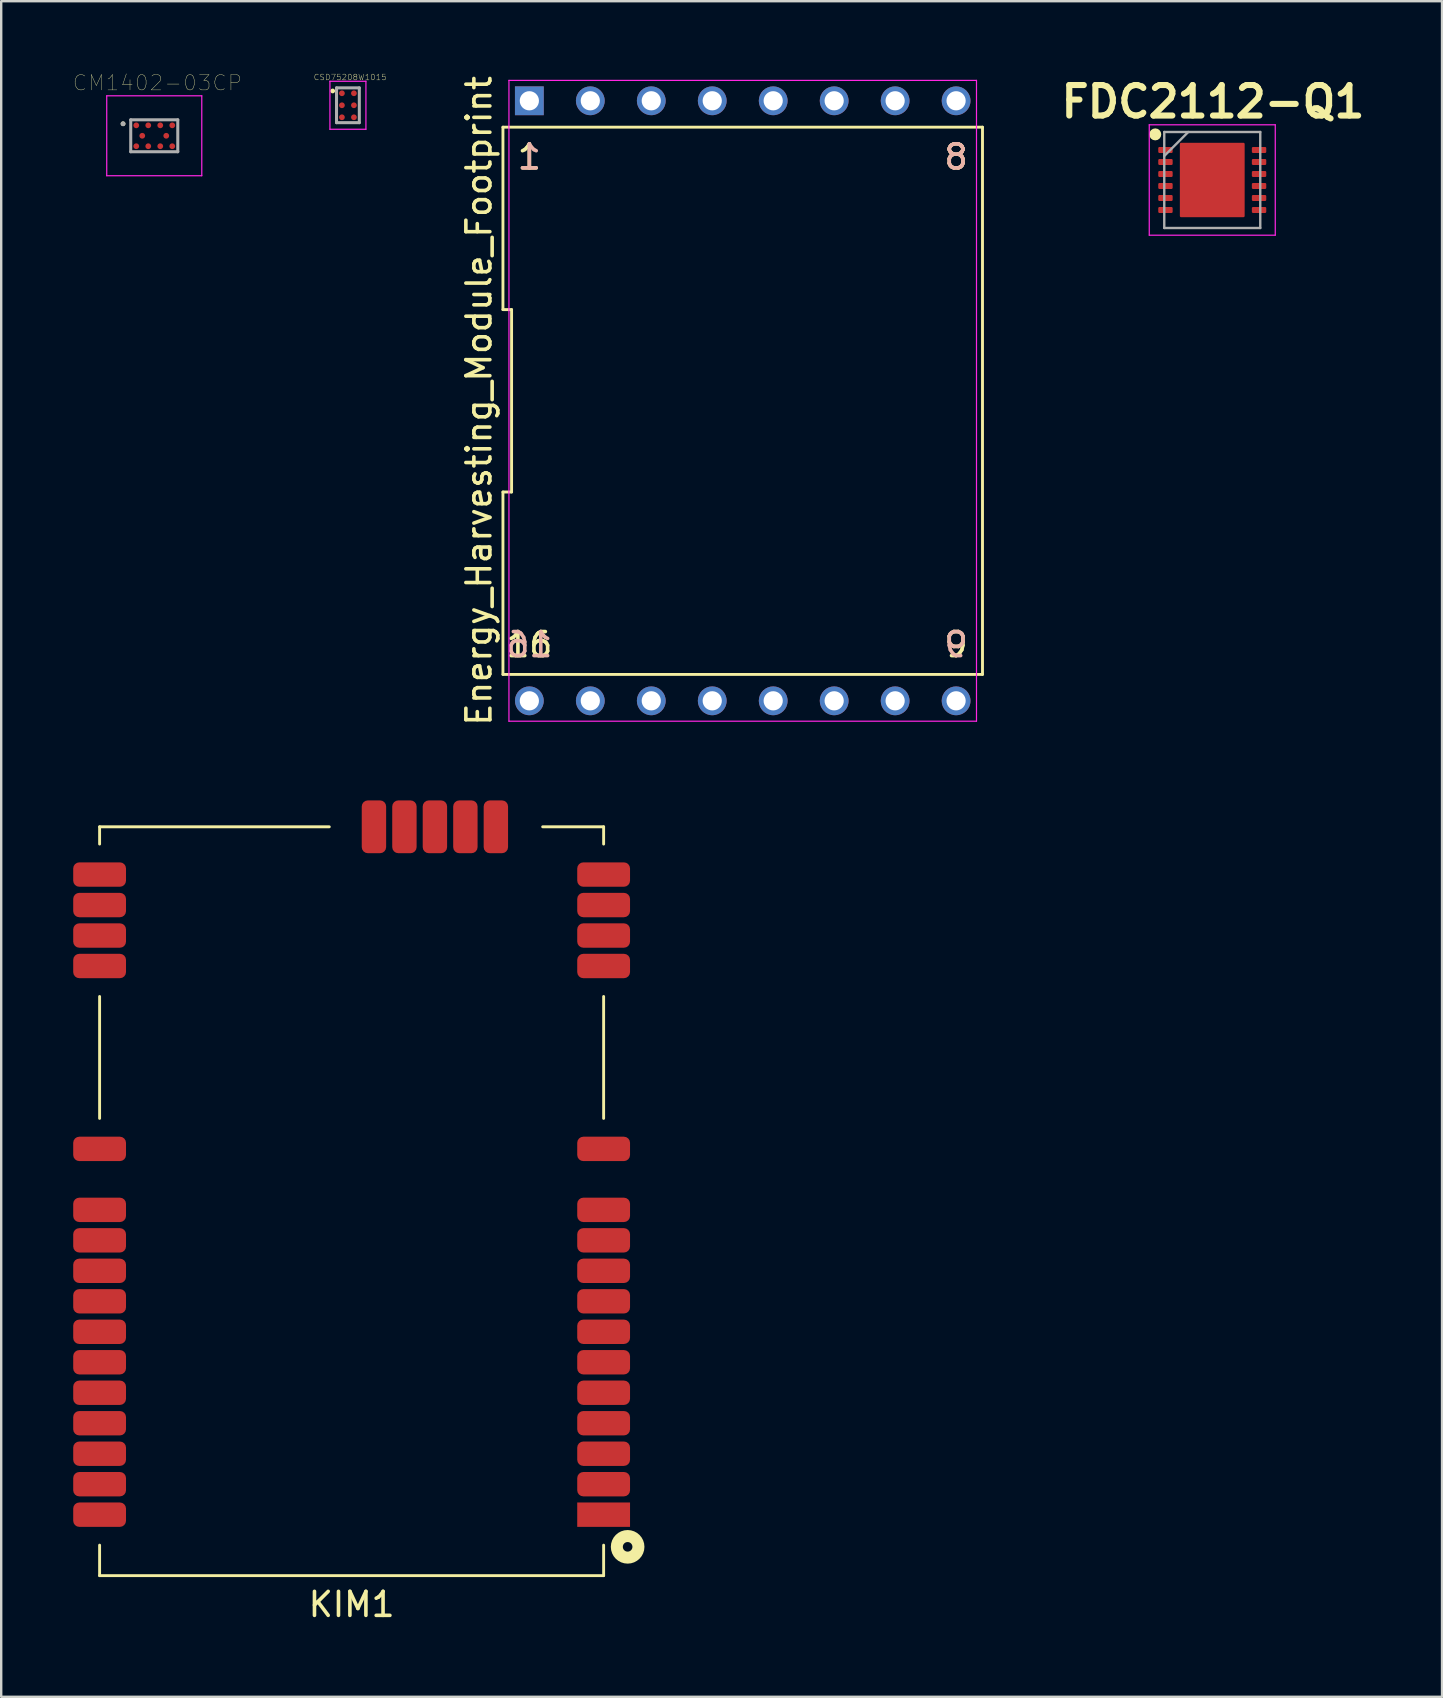
<source format=kicad_pcb>
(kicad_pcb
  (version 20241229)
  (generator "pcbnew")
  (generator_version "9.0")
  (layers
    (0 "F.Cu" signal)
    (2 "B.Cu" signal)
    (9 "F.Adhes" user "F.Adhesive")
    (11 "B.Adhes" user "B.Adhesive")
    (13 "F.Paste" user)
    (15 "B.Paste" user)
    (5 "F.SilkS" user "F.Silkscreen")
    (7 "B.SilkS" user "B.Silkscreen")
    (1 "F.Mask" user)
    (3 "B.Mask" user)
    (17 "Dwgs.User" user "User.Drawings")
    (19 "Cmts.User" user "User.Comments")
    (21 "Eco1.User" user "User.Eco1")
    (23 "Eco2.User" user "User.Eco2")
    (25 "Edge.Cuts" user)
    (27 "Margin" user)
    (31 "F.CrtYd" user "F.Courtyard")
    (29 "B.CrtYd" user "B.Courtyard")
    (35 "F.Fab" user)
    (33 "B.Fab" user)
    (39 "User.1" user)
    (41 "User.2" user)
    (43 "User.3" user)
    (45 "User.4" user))
  (footprint "Energy_Harvesting_Module_Footprint"
    (layer "F.Cu")
    (at 27.895 13.649)
    (property "Reference" "Energy_Harvesting_Module_Footprint" (at -10.99 0 90) (layer "F.SilkS") (effects (font (size 1 1) (thickness 0.15))))
    (attr through_hole)
    (fp_line (start -9.99 -11.4) (end -9.99 -3.8) (stroke (width 0.12) (type solid)) (layer "F.SilkS"))
    (fp_line (start -9.99 -3.8) (end -9.63 -3.8) (stroke (width 0.12) (type solid)) (layer "F.SilkS"))
    (fp_line (start -9.99 3.8) (end -9.99 11.4) (stroke (width 0.12) (type solid)) (layer "F.SilkS"))
    (fp_line (start -9.99 11.4) (end 9.99 11.4) (stroke (width 0.12) (type solid)) (layer "F.SilkS"))
    (fp_line (start -9.63 -3.8) (end -9.63 3.8) (stroke (width 0.12) (type solid)) (layer "F.SilkS"))
    (fp_line (start -9.63 3.8) (end -9.99 3.8) (stroke (width 0.12) (type solid)) (layer "F.SilkS"))
    (fp_line (start 9.99 -11.4) (end -9.99 -11.4) (stroke (width 0.12) (type solid)) (layer "F.SilkS"))
    (fp_line (start 9.99 11.4) (end 9.99 -11.4) (stroke (width 0.12) (type solid)) (layer "F.SilkS"))
    (fp_line (start -9.74 -13.35) (end 9.74 -13.35) (stroke (width 0.05) (type solid)) (layer "F.CrtYd"))
    (fp_line (start -9.74 13.35) (end -9.74 -13.35) (stroke (width 0.05) (type solid)) (layer "F.CrtYd"))
    (fp_line (start 9.74 -13.35) (end 9.74 13.35) (stroke (width 0.05) (type solid)) (layer "F.CrtYd"))
    (fp_line (start 9.74 13.35) (end -9.74 13.35) (stroke (width 0.05) (type solid)) (layer "F.CrtYd"))
    (fp_text user "9" (at 8.89 10.16 0) (layer "F.SilkS") (effects (font (size 1 1) (thickness 0.15))))
    (fp_text user "16" (at -8.89 10.16 0) (layer "F.SilkS") (effects (font (size 1 1) (thickness 0.15))))
    (fp_text user "1" (at -8.89 -10.16 0) (layer "F.SilkS") (effects (font (size 1 1) (thickness 0.15))))
    (fp_text user "8" (at 8.89 -10.16 0) (layer "F.SilkS") (effects (font (size 1 1) (thickness 0.15))))
    (fp_text user "9" (at 8.89 10.16 0) (layer "B.SilkS") (effects (font (size 1 1) (thickness 0.15)) (justify mirror)))
    (fp_text user "16" (at -8.89 10.16 0) (layer "B.SilkS") (effects (font (size 1 1) (thickness 0.15)) (justify mirror)))
    (fp_text user "1" (at -8.89 -10.16 0) (layer "B.SilkS") (effects (font (size 1 1) (thickness 0.15)) (justify mirror)))
    (fp_text user "8" (at 8.89 -10.16 0) (layer "B.SilkS") (effects (font (size 1 1) (thickness 0.15)) (justify mirror)))
    (pad "1" thru_hole rect (at -8.89 -12.5) (size 1.2 1.2) (drill 0.8) (layers "*.Cu" "*.Mask"))
    (pad "2" thru_hole circle (at -6.35 -12.5) (size 1.2 1.2) (drill 0.8) (layers "*.Cu" "*.Mask"))
    (pad "3" thru_hole circle (at -3.81 -12.5) (size 1.2 1.2) (drill 0.8) (layers "*.Cu" "*.Mask"))
    (pad "4" thru_hole circle (at -1.27 -12.5) (size 1.2 1.2) (drill 0.8) (layers "*.Cu" "*.Mask"))
    (pad "5" thru_hole circle (at 1.27 -12.5) (size 1.2 1.2) (drill 0.8) (layers "*.Cu" "*.Mask"))
    (pad "6" thru_hole circle (at 3.81 -12.5) (size 1.2 1.2) (drill 0.8) (layers "*.Cu" "*.Mask"))
    (pad "7" thru_hole circle (at 6.35 -12.5) (size 1.2 1.2) (drill 0.8) (layers "*.Cu" "*.Mask"))
    (pad "8" thru_hole circle (at 8.89 -12.5) (size 1.2 1.2) (drill 0.8) (layers "*.Cu" "*.Mask"))
    (pad "9" thru_hole circle (at 8.89 12.5) (size 1.2 1.2) (drill 0.8) (layers "*.Cu" "*.Mask"))
    (pad "10" thru_hole circle (at 6.35 12.5) (size 1.2 1.2) (drill 0.8) (layers "*.Cu" "*.Mask"))
    (pad "11" thru_hole circle (at 3.81 12.5) (size 1.2 1.2) (drill 0.8) (layers "*.Cu" "*.Mask"))
    (pad "12" thru_hole circle (at 1.27 12.5) (size 1.2 1.2) (drill 0.8) (layers "*.Cu" "*.Mask"))
    (pad "13" thru_hole circle (at -1.27 12.5) (size 1.2 1.2) (drill 0.8) (layers "*.Cu" "*.Mask"))
    (pad "14" thru_hole circle (at -3.81 12.5) (size 1.2 1.2) (drill 0.8) (layers "*.Cu" "*.Mask"))
    (pad "15" thru_hole circle (at -6.35 12.5) (size 1.2 1.2) (drill 0.8) (layers "*.Cu" "*.Mask"))
    (pad "16" thru_hole circle (at -8.89 12.5) (size 1.2 1.2) (drill 0.8) (layers "*.Cu" "*.Mask")))
  (footprint "FDC2112-Q1"
    (layer "F.Cu")
    (at 47.458 4.449)
    (property "Reference" "FDC2112-Q1" (at 0.03 -3.26 0) (layer "F.SilkS") (effects (font (size 1.27 1.27) (thickness 0.254))))
    (attr smd)
    (fp_circle (center -2.375 -1.9) (end -2.375 -1.775) (stroke (width 0.25) (type solid)) (fill no) (layer "F.SilkS"))
    (fp_line (start -2.625 -2.3) (end 2.625 -2.3) (stroke (width 0.05) (type solid)) (layer "F.CrtYd"))
    (fp_line (start -2.625 2.3) (end -2.625 -2.3) (stroke (width 0.05) (type solid)) (layer "F.CrtYd"))
    (fp_line (start 2.625 -2.3) (end 2.625 2.3) (stroke (width 0.05) (type solid)) (layer "F.CrtYd"))
    (fp_line (start 2.625 2.3) (end -2.625 2.3) (stroke (width 0.05) (type solid)) (layer "F.CrtYd"))
    (fp_line (start -2 -2) (end 2 -2) (stroke (width 0.1) (type solid)) (layer "F.Fab"))
    (fp_line (start -2 -1) (end -1 -2) (stroke (width 0.1) (type solid)) (layer "F.Fab"))
    (fp_line (start -2 2) (end -2 -2) (stroke (width 0.1) (type solid)) (layer "F.Fab"))
    (fp_line (start 2 -2) (end 2 2) (stroke (width 0.1) (type solid)) (layer "F.Fab"))
    (fp_line (start 2 2) (end -2 2) (stroke (width 0.1) (type solid)) (layer "F.Fab"))
    (pad "1" smd roundrect (at -1.95 -1.25 90) (size 0.25 0.6) (layers "F.Cu" "F.Mask" "F.Paste") (roundrect_rratio 0.2))
    (pad "2" smd roundrect (at -1.95 -0.75 90) (size 0.25 0.6) (layers "F.Cu" "F.Mask" "F.Paste") (roundrect_rratio 0.2))
    (pad "3" smd roundrect (at -1.95 -0.25 90) (size 0.25 0.6) (layers "F.Cu" "F.Mask" "F.Paste") (roundrect_rratio 0.2))
    (pad "4" smd roundrect (at -1.95 0.25 90) (size 0.25 0.6) (layers "F.Cu" "F.Mask" "F.Paste") (roundrect_rratio 0.2))
    (pad "5" smd roundrect (at -1.95 0.75 90) (size 0.25 0.6) (layers "F.Cu" "F.Mask" "F.Paste") (roundrect_rratio 0.2))
    (pad "6" smd roundrect (at -1.95 1.25 90) (size 0.25 0.6) (layers "F.Cu" "F.Mask" "F.Paste") (roundrect_rratio 0.2))
    (pad "7" smd roundrect (at 1.95 1.25 90) (size 0.25 0.6) (layers "F.Cu" "F.Mask" "F.Paste") (roundrect_rratio 0.2))
    (pad "8" smd roundrect (at 1.95 0.75 90) (size 0.25 0.6) (layers "F.Cu" "F.Mask" "F.Paste") (roundrect_rratio 0.2))
    (pad "9" smd roundrect (at 1.95 0.25 90) (size 0.25 0.6) (layers "F.Cu" "F.Mask" "F.Paste") (roundrect_rratio 0.2))
    (pad "10" smd roundrect (at 1.95 -0.25 90) (size 0.25 0.6) (layers "F.Cu" "F.Mask" "F.Paste") (roundrect_rratio 0.2))
    (pad "11" smd roundrect (at 1.95 -0.75 90) (size 0.25 0.6) (layers "F.Cu" "F.Mask" "F.Paste") (roundrect_rratio 0.2))
    (pad "12" smd roundrect (at 1.95 -1.25 90) (size 0.25 0.6) (layers "F.Cu" "F.Mask" "F.Paste") (roundrect_rratio 0.2))
    (pad "13" smd roundrect (at 0 0) (size 2.7 3.1) (layers "F.Cu" "F.Mask" "F.Paste") (roundrect_rratio 0.019)))
  (footprint "CM1402-03CP"
    (layer "F.Cu")
    (at 3.377 2.607)
    (property "Reference" "CM1402-03CP" (at 0.132 -2.206 0) (layer "F.SilkS") (effects (font (size 0.64 0.64) (thickness 0.015))))
    (attr smd)
    (fp_circle (center -0.75 -0.435) (end -0.677 -0.435) (stroke (width 0.145) (type solid)) (fill no) (layer "F.Mask"))
    (fp_circle (center -0.75 0.435) (end -0.677 0.435) (stroke (width 0.145) (type solid)) (fill no) (layer "F.Mask"))
    (fp_circle (center -0.5 0) (end -0.427 0) (stroke (width 0.145) (type solid)) (fill no) (layer "F.Mask"))
    (fp_circle (center -0.25 -0.435) (end -0.177 -0.435) (stroke (width 0.145) (type solid)) (fill no) (layer "F.Mask"))
    (fp_circle (center -0.25 0.435) (end -0.177 0.435) (stroke (width 0.145) (type solid)) (fill no) (layer "F.Mask"))
    (fp_circle (center 0.25 -0.435) (end 0.323 -0.435) (stroke (width 0.145) (type solid)) (fill no) (layer "F.Mask"))
    (fp_circle (center 0.25 0.435) (end 0.323 0.435) (stroke (width 0.145) (type solid)) (fill no) (layer "F.Mask"))
    (fp_circle (center 0.5 0) (end 0.573 0) (stroke (width 0.145) (type solid)) (fill no) (layer "F.Mask"))
    (fp_circle (center 0.75 -0.435) (end 0.823 -0.435) (stroke (width 0.145) (type solid)) (fill no) (layer "F.Mask"))
    (fp_circle (center 0.75 0.435) (end 0.823 0.435) (stroke (width 0.145) (type solid)) (fill no) (layer "F.Mask"))
    (fp_circle (center -1.3 -0.5) (end -1.25 -0.5) (stroke (width 0.1) (type solid)) (fill no) (layer "F.SilkS"))
    (fp_circle (center -0.75 -0.435) (end -0.675 -0.435) (stroke (width 0.15) (type solid)) (fill no) (layer "F.Paste"))
    (fp_circle (center -0.75 0.435) (end -0.675 0.435) (stroke (width 0.15) (type solid)) (fill no) (layer "F.Paste"))
    (fp_circle (center -0.5 0) (end -0.425 0) (stroke (width 0.15) (type solid)) (fill no) (layer "F.Paste"))
    (fp_circle (center -0.25 -0.435) (end -0.175 -0.435) (stroke (width 0.15) (type solid)) (fill no) (layer "F.Paste"))
    (fp_circle (center -0.25 0.435) (end -0.175 0.435) (stroke (width 0.15) (type solid)) (fill no) (layer "F.Paste"))
    (fp_circle (center 0.25 -0.435) (end 0.325 -0.435) (stroke (width 0.15) (type solid)) (fill no) (layer "F.Paste"))
    (fp_circle (center 0.25 0.435) (end 0.325 0.435) (stroke (width 0.15) (type solid)) (fill no) (layer "F.Paste"))
    (fp_circle (center 0.5 0) (end 0.575 0) (stroke (width 0.15) (type solid)) (fill no) (layer "F.Paste"))
    (fp_circle (center 0.75 -0.435) (end 0.825 -0.435) (stroke (width 0.15) (type solid)) (fill no) (layer "F.Paste"))
    (fp_circle (center 0.75 0.435) (end 0.825 0.435) (stroke (width 0.15) (type solid)) (fill no) (layer "F.Paste"))
    (fp_line (start -1.98 -1.665) (end -1.98 1.665) (stroke (width 0.05) (type solid)) (layer "F.CrtYd"))
    (fp_line (start -1.98 1.665) (end 1.98 1.665) (stroke (width 0.05) (type solid)) (layer "F.CrtYd"))
    (fp_line (start 1.98 -1.665) (end -1.98 -1.665) (stroke (width 0.05) (type solid)) (layer "F.CrtYd"))
    (fp_line (start 1.98 1.665) (end 1.98 -1.665) (stroke (width 0.05) (type solid)) (layer "F.CrtYd"))
    (fp_line (start -0.98 -0.665) (end 0.98 -0.665) (stroke (width 0.127) (type solid)) (layer "F.Fab"))
    (fp_line (start -0.98 0.665) (end -0.98 -0.665) (stroke (width 0.127) (type solid)) (layer "F.Fab"))
    (fp_line (start 0.98 -0.665) (end 0.98 0.665) (stroke (width 0.127) (type solid)) (layer "F.Fab"))
    (fp_line (start 0.98 0.665) (end -0.98 0.665) (stroke (width 0.127) (type solid)) (layer "F.Fab"))
    (fp_circle (center -1.3 -0.5) (end -1.25 -0.5) (stroke (width 0.1) (type solid)) (fill no) (layer "F.Fab"))
    (pad "A1" smd circle (at -0.75 -0.435) (size 0.24 0.24) (layers "F.Cu"))
    (pad "A2" smd circle (at -0.25 -0.435) (size 0.24 0.24) (layers "F.Cu"))
    (pad "A3" smd circle (at 0.25 -0.435) (size 0.24 0.24) (layers "F.Cu"))
    (pad "A4" smd circle (at 0.75 -0.435) (size 0.24 0.24) (layers "F.Cu"))
    (pad "B1" smd circle (at -0.5 0) (size 0.24 0.24) (layers "F.Cu"))
    (pad "B2" smd circle (at 0.5 0) (size 0.24 0.24) (layers "F.Cu"))
    (pad "C1" smd circle (at -0.75 0.435) (size 0.24 0.24) (layers "F.Cu"))
    (pad "C2" smd circle (at -0.25 0.435) (size 0.24 0.24) (layers "F.Cu"))
    (pad "C3" smd circle (at 0.25 0.435) (size 0.24 0.24) (layers "F.Cu"))
    (pad "C4" smd circle (at 0.75 0.435) (size 0.24 0.24) (layers "F.Cu")))
  (footprint "CSD75208W1015"
    (layer "F.Cu")
    (at 11.446 1.336)
    (property "Reference" "CSD75208W1015" (at 0.091 -1.169 0) (layer "F.SilkS") (effects (font (size 0.24 0.24) (thickness 0.015))))
    (attr smd)
    (fp_circle (center -0.635 -0.596) (end -0.585 -0.596) (stroke (width 0.1) (type solid)) (fill no) (layer "F.SilkS"))
    (fp_line (start -0.75 -1) (end -0.75 1) (stroke (width 0.05) (type solid)) (layer "F.CrtYd"))
    (fp_line (start -0.75 1) (end 0.75 1) (stroke (width 0.05) (type solid)) (layer "F.CrtYd"))
    (fp_line (start 0.75 -1) (end -0.75 -1) (stroke (width 0.05) (type solid)) (layer "F.CrtYd"))
    (fp_line (start 0.75 1) (end 0.75 -1) (stroke (width 0.05) (type solid)) (layer "F.CrtYd"))
    (fp_line (start -0.475 -0.725) (end 0.475 -0.725) (stroke (width 0.127) (type solid)) (layer "F.Fab"))
    (fp_line (start -0.475 0.725) (end -0.475 -0.725) (stroke (width 0.127) (type solid)) (layer "F.Fab"))
    (fp_line (start 0.475 -0.725) (end 0.475 0.725) (stroke (width 0.127) (type solid)) (layer "F.Fab"))
    (fp_line (start 0.475 0.725) (end -0.475 0.725) (stroke (width 0.127) (type solid)) (layer "F.Fab"))
    (pad "" smd circle (at -0.25 -0.5) (size 0.29 0.29) (layers "F.Mask"))
    (pad "" smd circle (at -0.25 -0.5) (size 0.3 0.3) (layers "F.Paste"))
    (pad "" smd circle (at -0.25 0) (size 0.29 0.29) (layers "F.Mask"))
    (pad "" smd circle (at -0.25 0) (size 0.3 0.3) (layers "F.Paste"))
    (pad "" smd circle (at -0.25 0.5) (size 0.29 0.29) (layers "F.Mask"))
    (pad "" smd circle (at -0.25 0.5) (size 0.3 0.3) (layers "F.Paste"))
    (pad "" smd circle (at 0.25 -0.5) (size 0.29 0.29) (layers "F.Mask"))
    (pad "" smd circle (at 0.25 -0.5) (size 0.3 0.3) (layers "F.Paste"))
    (pad "" smd circle (at 0.25 0) (size 0.29 0.29) (layers "F.Mask"))
    (pad "" smd circle (at 0.25 0) (size 0.3 0.3) (layers "F.Paste"))
    (pad "" smd circle (at 0.25 0.5) (size 0.29 0.29) (layers "F.Mask"))
    (pad "" smd circle (at 0.25 0.5) (size 0.3 0.3) (layers "F.Paste"))
    (pad "A1" smd circle (at -0.25 -0.5) (size 0.24 0.24) (layers "F.Cu"))
    (pad "A2" smd circle (at 0.25 -0.5) (size 0.24 0.24) (layers "F.Cu"))
    (pad "B1" smd circle (at -0.25 0) (size 0.24 0.24) (layers "F.Cu"))
    (pad "B2" smd circle (at 0.25 0) (size 0.24 0.24) (layers "F.Cu"))
    (pad "C1" smd circle (at -0.25 0.5) (size 0.24 0.24) (layers "F.Cu"))
    (pad "C2" smd circle (at 0.25 0.5) (size 0.24 0.24) (layers "F.Cu")))
  (footprint "KIM1"
    (layer "F.Cu")
    (at 11.6 46.998)
    (property "Reference" "KIM1" (at 0 16.8 0) (layer "F.SilkS") (effects (font (size 1 1) (thickness 0.15))))
    (attr smd)
    (fp_line (start -10.5 -15.6) (end -10.5 -14.88) (stroke (width 0.12) (type solid)) (layer "F.SilkS"))
    (fp_line (start -10.5 -8.53) (end -10.5 -3.45) (stroke (width 0.12) (type solid)) (layer "F.SilkS"))
    (fp_line (start -10.5 15.6) (end -10.5 14.33) (stroke (width 0.12) (type solid)) (layer "F.SilkS"))
    (fp_line (start -0.93 -15.6) (end -10.5 -15.6) (stroke (width 0.12) (type solid)) (layer "F.SilkS"))
    (fp_line (start 10.5 -15.6) (end 7.96 -15.6) (stroke (width 0.12) (type solid)) (layer "F.SilkS"))
    (fp_line (start 10.5 -14.88) (end 10.5 -15.6) (stroke (width 0.12) (type solid)) (layer "F.SilkS"))
    (fp_line (start 10.5 -8.53) (end 10.5 -3.45) (stroke (width 0.12) (type solid)) (layer "F.SilkS"))
    (fp_line (start 10.5 15.6) (end -10.5 15.6) (stroke (width 0.12) (type solid)) (layer "F.SilkS"))
    (fp_line (start 10.5 15.6) (end 10.5 14.33) (stroke (width 0.12) (type solid)) (layer "F.SilkS"))
    (fp_circle (center 11.5 14.4) (end 11.7 14.4) (stroke (width 0.5) (type solid)) (fill no) (layer "F.SilkS"))
    (pad "1" smd rect (at 10.5 13.06) (size 2.2 1.016) (layers "F.Cu" "F.Mask" "F.Paste"))
    (pad "2" smd roundrect (at 10.5 11.79) (size 2.2 1.016) (layers "F.Cu" "F.Mask" "F.Paste") (roundrect_rratio 0.25))
    (pad "3" smd roundrect (at 10.5 10.52) (size 2.2 1.016) (layers "F.Cu" "F.Mask" "F.Paste") (roundrect_rratio 0.25))
    (pad "4" smd roundrect (at 10.5 9.25) (size 2.2 1.016) (layers "F.Cu" "F.Mask" "F.Paste") (roundrect_rratio 0.25))
    (pad "5" smd roundrect (at 10.5 7.98) (size 2.2 1.016) (layers "F.Cu" "F.Mask" "F.Paste") (roundrect_rratio 0.25))
    (pad "6" smd roundrect (at 10.5 6.71) (size 2.2 1.016) (layers "F.Cu" "F.Mask" "F.Paste") (roundrect_rratio 0.25))
    (pad "7" smd roundrect (at 10.5 5.44) (size 2.2 1.016) (layers "F.Cu" "F.Mask" "F.Paste") (roundrect_rratio 0.25))
    (pad "8" smd roundrect (at 10.5 4.17) (size 2.2 1.016) (layers "F.Cu" "F.Mask" "F.Paste") (roundrect_rratio 0.25))
    (pad "9" smd roundrect (at 10.5 2.9) (size 2.2 1.016) (layers "F.Cu" "F.Mask" "F.Paste") (roundrect_rratio 0.25))
    (pad "10" smd roundrect (at 10.5 1.63) (size 2.2 1.016) (layers "F.Cu" "F.Mask" "F.Paste") (roundrect_rratio 0.25))
    (pad "11" smd roundrect (at 10.5 0.36) (size 2.2 1.016) (layers "F.Cu" "F.Mask" "F.Paste") (roundrect_rratio 0.25))
    (pad "12" smd roundrect (at 10.5 -2.18) (size 2.2 1.016) (layers "F.Cu" "F.Mask" "F.Paste") (roundrect_rratio 0.25))
    (pad "13" smd roundrect (at 10.5 -9.8) (size 2.2 1.016) (layers "F.Cu" "F.Mask" "F.Paste") (roundrect_rratio 0.25))
    (pad "14" smd roundrect (at 10.5 -11.07) (size 2.2 1.016) (layers "F.Cu" "F.Mask" "F.Paste") (roundrect_rratio 0.25))
    (pad "15" smd roundrect (at 10.5 -12.34) (size 2.2 1.016) (layers "F.Cu" "F.Mask" "F.Paste") (roundrect_rratio 0.25))
    (pad "16" smd roundrect (at 10.5 -13.61) (size 2.2 1.016) (layers "F.Cu" "F.Mask" "F.Paste") (roundrect_rratio 0.25))
    (pad "17" smd roundrect (at 6.01 -15.6) (size 1.016 2.2) (layers "F.Cu" "F.Mask" "F.Paste") (roundrect_rratio 0.25))
    (pad "18" smd roundrect (at 4.74 -15.6) (size 1.016 2.2) (layers "F.Cu" "F.Mask" "F.Paste") (roundrect_rratio 0.25))
    (pad "19" smd roundrect (at 3.47 -15.6) (size 1.016 2.2) (layers "F.Cu" "F.Mask" "F.Paste") (roundrect_rratio 0.25))
    (pad "20" smd roundrect (at 2.2 -15.6) (size 1.016 2.2) (layers "F.Cu" "F.Mask" "F.Paste") (roundrect_rratio 0.25))
    (pad "21" smd roundrect (at 0.93 -15.6) (size 1.016 2.2) (layers "F.Cu" "F.Mask" "F.Paste") (roundrect_rratio 0.25))
    (pad "22" smd roundrect (at -10.5 -13.61) (size 2.2 1.016) (layers "F.Cu" "F.Mask" "F.Paste") (roundrect_rratio 0.25))
    (pad "23" smd roundrect (at -10.5 -12.34) (size 2.2 1.016) (layers "F.Cu" "F.Mask" "F.Paste") (roundrect_rratio 0.25))
    (pad "24" smd roundrect (at -10.5 -11.07) (size 2.2 1.016) (layers "F.Cu" "F.Mask" "F.Paste") (roundrect_rratio 0.25))
    (pad "25" smd roundrect (at -10.5 -9.8) (size 2.2 1.016) (layers "F.Cu" "F.Mask" "F.Paste") (roundrect_rratio 0.25))
    (pad "26" smd roundrect (at -10.5 -2.18) (size 2.2 1.016) (layers "F.Cu" "F.Mask" "F.Paste") (roundrect_rratio 0.25))
    (pad "27" smd roundrect (at -10.5 0.36) (size 2.2 1.016) (layers "F.Cu" "F.Mask" "F.Paste") (roundrect_rratio 0.25))
    (pad "28" smd roundrect (at -10.5 1.63) (size 2.2 1.016) (layers "F.Cu" "F.Mask" "F.Paste") (roundrect_rratio 0.25))
    (pad "29" smd roundrect (at -10.5 2.9) (size 2.2 1.016) (layers "F.Cu" "F.Mask" "F.Paste") (roundrect_rratio 0.25))
    (pad "30" smd roundrect (at -10.5 4.17) (size 2.2 1.016) (layers "F.Cu" "F.Mask" "F.Paste") (roundrect_rratio 0.25))
    (pad "31" smd roundrect (at -10.5 5.44) (size 2.2 1.016) (layers "F.Cu" "F.Mask" "F.Paste") (roundrect_rratio 0.25))
    (pad "32" smd roundrect (at -10.5 6.71) (size 2.2 1.016) (layers "F.Cu" "F.Mask" "F.Paste") (roundrect_rratio 0.25))
    (pad "33" smd roundrect (at -10.5 7.98) (size 2.2 1.016) (layers "F.Cu" "F.Mask" "F.Paste") (roundrect_rratio 0.25))
    (pad "34" smd roundrect (at -10.5 9.25) (size 2.2 1.016) (layers "F.Cu" "F.Mask" "F.Paste") (roundrect_rratio 0.25))
    (pad "35" smd roundrect (at -10.5 10.52) (size 2.2 1.016) (layers "F.Cu" "F.Mask" "F.Paste") (roundrect_rratio 0.25))
    (pad "36" smd roundrect (at -10.5 11.79) (size 2.2 1.016) (layers "F.Cu" "F.Mask" "F.Paste") (roundrect_rratio 0.25))
    (pad "37" smd roundrect (at -10.5 13.06) (size 2.2 1.016) (layers "F.Cu" "F.Mask" "F.Paste") (roundrect_rratio 0.25)))
  (gr_rect
    (start -3 -3)
    (end 57.032 67.646)
    (stroke (width 0.1) (type default))
    (fill no)
    (layer "Edge.Cuts")))
</source>
